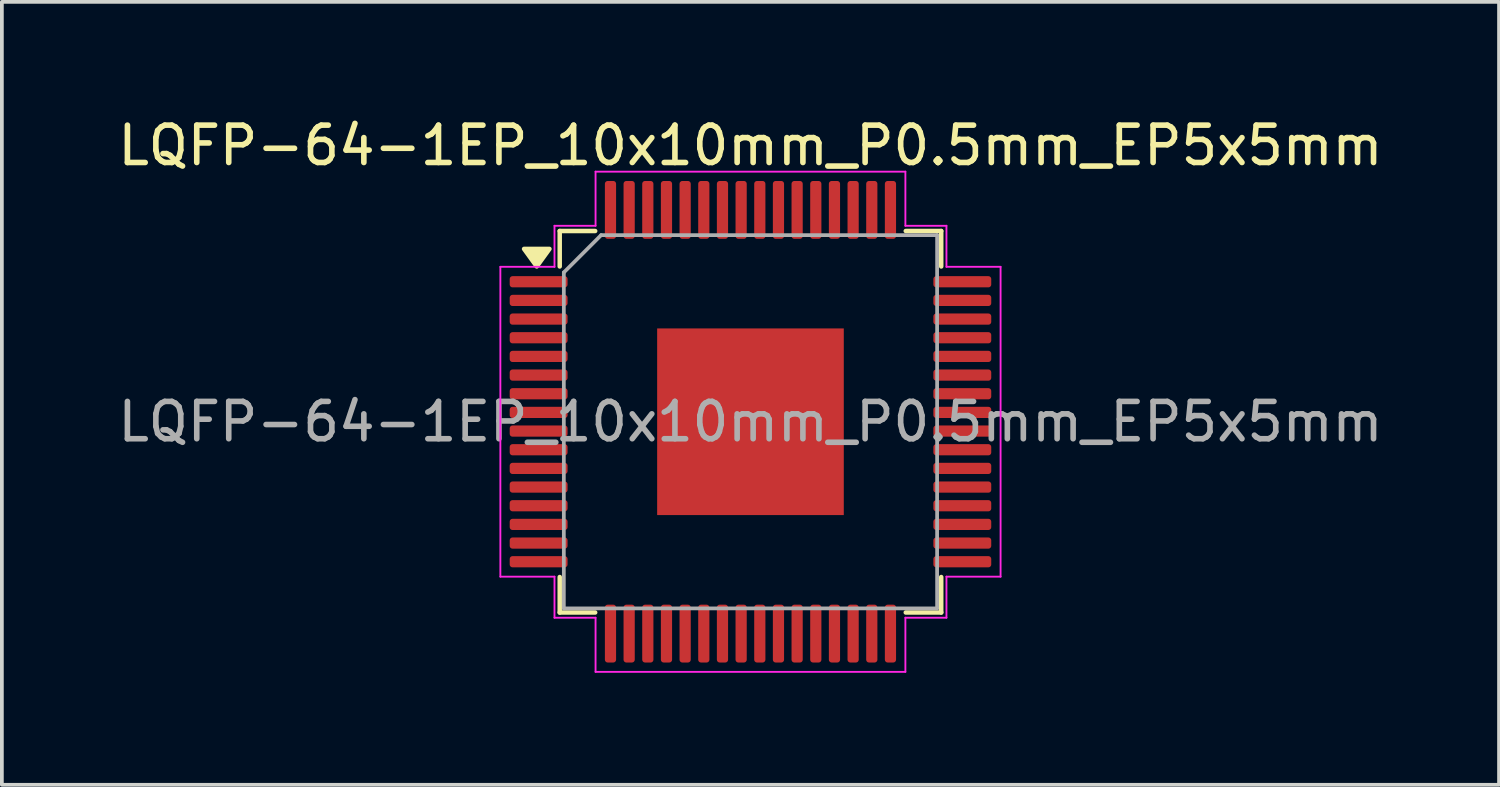
<source format=kicad_pcb>
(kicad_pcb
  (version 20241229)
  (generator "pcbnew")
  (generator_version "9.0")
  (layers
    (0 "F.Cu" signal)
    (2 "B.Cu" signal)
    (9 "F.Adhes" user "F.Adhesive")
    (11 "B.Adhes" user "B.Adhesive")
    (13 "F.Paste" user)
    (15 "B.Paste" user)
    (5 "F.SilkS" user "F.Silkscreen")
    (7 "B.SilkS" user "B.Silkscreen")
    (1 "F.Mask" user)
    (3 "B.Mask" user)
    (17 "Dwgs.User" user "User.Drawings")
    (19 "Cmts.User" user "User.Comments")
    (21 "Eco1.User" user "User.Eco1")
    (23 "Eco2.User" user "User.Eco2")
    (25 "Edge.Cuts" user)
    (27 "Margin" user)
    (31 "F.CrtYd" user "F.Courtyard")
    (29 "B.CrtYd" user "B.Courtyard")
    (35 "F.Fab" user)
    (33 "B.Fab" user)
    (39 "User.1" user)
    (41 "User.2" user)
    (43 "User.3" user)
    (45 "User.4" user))
  (footprint "LQFP-64-1EP_10x10mm_P0.5mm_EP5x5mm"
    (layer "F.Cu")
    (at 17.054 8.248)
    (property "Reference" "LQFP-64-1EP_10x10mm_P0.5mm_EP5x5mm" (at 0 -7.4 0) (layer "F.SilkS") (effects (font (size 1 1) (thickness 0.15))))
    (attr smd)
    (fp_line (start -5.11 -5.11) (end -5.11 -4.16) (stroke (width 0.12) (type solid)) (layer "F.SilkS"))
    (fp_line (start -5.11 5.11) (end -5.11 4.16) (stroke (width 0.12) (type solid)) (layer "F.SilkS"))
    (fp_line (start -4.16 -5.11) (end -5.11 -5.11) (stroke (width 0.12) (type solid)) (layer "F.SilkS"))
    (fp_line (start -4.16 5.11) (end -5.11 5.11) (stroke (width 0.12) (type solid)) (layer "F.SilkS"))
    (fp_line (start 4.16 -5.11) (end 5.11 -5.11) (stroke (width 0.12) (type solid)) (layer "F.SilkS"))
    (fp_line (start 4.16 5.11) (end 5.11 5.11) (stroke (width 0.12) (type solid)) (layer "F.SilkS"))
    (fp_line (start 5.11 -5.11) (end 5.11 -4.16) (stroke (width 0.12) (type solid)) (layer "F.SilkS"))
    (fp_line (start 5.11 5.11) (end 5.11 4.16) (stroke (width 0.12) (type solid)) (layer "F.SilkS"))
    (fp_poly (pts (xy -5.725 -4.16) (xy -6.065 -4.63) (xy -5.385 -4.63)) (stroke (width 0.12) (type solid)) (fill yes) (layer "F.SilkS"))
    (fp_line (start -6.7 -4.15) (end -5.25 -4.15) (stroke (width 0.05) (type solid)) (layer "F.CrtYd"))
    (fp_line (start -6.7 4.15) (end -6.7 -4.15) (stroke (width 0.05) (type solid)) (layer "F.CrtYd"))
    (fp_line (start -5.25 -5.25) (end -4.15 -5.25) (stroke (width 0.05) (type solid)) (layer "F.CrtYd"))
    (fp_line (start -5.25 -4.15) (end -5.25 -5.25) (stroke (width 0.05) (type solid)) (layer "F.CrtYd"))
    (fp_line (start -5.25 4.15) (end -6.7 4.15) (stroke (width 0.05) (type solid)) (layer "F.CrtYd"))
    (fp_line (start -5.25 5.25) (end -5.25 4.15) (stroke (width 0.05) (type solid)) (layer "F.CrtYd"))
    (fp_line (start -4.15 -6.7) (end 4.15 -6.7) (stroke (width 0.05) (type solid)) (layer "F.CrtYd"))
    (fp_line (start -4.15 -5.25) (end -4.15 -6.7) (stroke (width 0.05) (type solid)) (layer "F.CrtYd"))
    (fp_line (start -4.15 5.25) (end -5.25 5.25) (stroke (width 0.05) (type solid)) (layer "F.CrtYd"))
    (fp_line (start -4.15 6.7) (end -4.15 5.25) (stroke (width 0.05) (type solid)) (layer "F.CrtYd"))
    (fp_line (start 4.15 -6.7) (end 4.15 -5.25) (stroke (width 0.05) (type solid)) (layer "F.CrtYd"))
    (fp_line (start 4.15 -5.25) (end 5.25 -5.25) (stroke (width 0.05) (type solid)) (layer "F.CrtYd"))
    (fp_line (start 4.15 5.25) (end 4.15 6.7) (stroke (width 0.05) (type solid)) (layer "F.CrtYd"))
    (fp_line (start 4.15 6.7) (end -4.15 6.7) (stroke (width 0.05) (type solid)) (layer "F.CrtYd"))
    (fp_line (start 5.25 -5.25) (end 5.25 -4.15) (stroke (width 0.05) (type solid)) (layer "F.CrtYd"))
    (fp_line (start 5.25 -4.15) (end 6.7 -4.15) (stroke (width 0.05) (type solid)) (layer "F.CrtYd"))
    (fp_line (start 5.25 4.15) (end 5.25 5.25) (stroke (width 0.05) (type solid)) (layer "F.CrtYd"))
    (fp_line (start 5.25 5.25) (end 4.15 5.25) (stroke (width 0.05) (type solid)) (layer "F.CrtYd"))
    (fp_line (start 6.7 -4.15) (end 6.7 4.15) (stroke (width 0.05) (type solid)) (layer "F.CrtYd"))
    (fp_line (start 6.7 4.15) (end 5.25 4.15) (stroke (width 0.05) (type solid)) (layer "F.CrtYd"))
    (fp_line (start -5 -4) (end -4 -5) (stroke (width 0.1) (type solid)) (layer "F.Fab"))
    (fp_line (start -5 5) (end -5 -4) (stroke (width 0.1) (type solid)) (layer "F.Fab"))
    (fp_line (start -4 -5) (end 5 -5) (stroke (width 0.1) (type solid)) (layer "F.Fab"))
    (fp_line (start 5 -5) (end 5 5) (stroke (width 0.1) (type solid)) (layer "F.Fab"))
    (fp_line (start 5 5) (end -5 5) (stroke (width 0.1) (type solid)) (layer "F.Fab"))
    (fp_text user "${REFERENCE}" (at 0 0 0) (layer "F.Fab") (effects (font (size 1 1) (thickness 0.15))))
    (pad "" smd roundrect (at -2 -2) (size 0.81 0.81) (layers "F.Paste") (roundrect_rratio 0.25))
    (pad "" smd roundrect (at -2 -1) (size 0.81 0.81) (layers "F.Paste") (roundrect_rratio 0.25))
    (pad "" smd roundrect (at -2 0) (size 0.81 0.81) (layers "F.Paste") (roundrect_rratio 0.25))
    (pad "" smd roundrect (at -2 1) (size 0.81 0.81) (layers "F.Paste") (roundrect_rratio 0.25))
    (pad "" smd roundrect (at -2 2) (size 0.81 0.81) (layers "F.Paste") (roundrect_rratio 0.25))
    (pad "" smd roundrect (at -1 -2) (size 0.81 0.81) (layers "F.Paste") (roundrect_rratio 0.25))
    (pad "" smd roundrect (at -1 -1) (size 0.81 0.81) (layers "F.Paste") (roundrect_rratio 0.25))
    (pad "" smd roundrect (at -1 0) (size 0.81 0.81) (layers "F.Paste") (roundrect_rratio 0.25))
    (pad "" smd roundrect (at -1 1) (size 0.81 0.81) (layers "F.Paste") (roundrect_rratio 0.25))
    (pad "" smd roundrect (at -1 2) (size 0.81 0.81) (layers "F.Paste") (roundrect_rratio 0.25))
    (pad "" smd roundrect (at 0 -2) (size 0.81 0.81) (layers "F.Paste") (roundrect_rratio 0.25))
    (pad "" smd roundrect (at 0 -1) (size 0.81 0.81) (layers "F.Paste") (roundrect_rratio 0.25))
    (pad "" smd roundrect (at 0 0) (size 0.81 0.81) (layers "F.Paste") (roundrect_rratio 0.25))
    (pad "" smd roundrect (at 0 1) (size 0.81 0.81) (layers "F.Paste") (roundrect_rratio 0.25))
    (pad "" smd roundrect (at 0 2) (size 0.81 0.81) (layers "F.Paste") (roundrect_rratio 0.25))
    (pad "" smd roundrect (at 1 -2) (size 0.81 0.81) (layers "F.Paste") (roundrect_rratio 0.25))
    (pad "" smd roundrect (at 1 -1) (size 0.81 0.81) (layers "F.Paste") (roundrect_rratio 0.25))
    (pad "" smd roundrect (at 1 0) (size 0.81 0.81) (layers "F.Paste") (roundrect_rratio 0.25))
    (pad "" smd roundrect (at 1 1) (size 0.81 0.81) (layers "F.Paste") (roundrect_rratio 0.25))
    (pad "" smd roundrect (at 1 2) (size 0.81 0.81) (layers "F.Paste") (roundrect_rratio 0.25))
    (pad "" smd roundrect (at 2 -2) (size 0.81 0.81) (layers "F.Paste") (roundrect_rratio 0.25))
    (pad "" smd roundrect (at 2 -1) (size 0.81 0.81) (layers "F.Paste") (roundrect_rratio 0.25))
    (pad "" smd roundrect (at 2 0) (size 0.81 0.81) (layers "F.Paste") (roundrect_rratio 0.25))
    (pad "" smd roundrect (at 2 1) (size 0.81 0.81) (layers "F.Paste") (roundrect_rratio 0.25))
    (pad "" smd roundrect (at 2 2) (size 0.81 0.81) (layers "F.Paste") (roundrect_rratio 0.25))
    (pad "1" smd roundrect (at -5.675 -3.75) (size 1.55 0.3) (layers "F.Cu" "F.Mask" "F.Paste") (roundrect_rratio 0.25))
    (pad "2" smd roundrect (at -5.675 -3.25) (size 1.55 0.3) (layers "F.Cu" "F.Mask" "F.Paste") (roundrect_rratio 0.25))
    (pad "3" smd roundrect (at -5.675 -2.75) (size 1.55 0.3) (layers "F.Cu" "F.Mask" "F.Paste") (roundrect_rratio 0.25))
    (pad "4" smd roundrect (at -5.675 -2.25) (size 1.55 0.3) (layers "F.Cu" "F.Mask" "F.Paste") (roundrect_rratio 0.25))
    (pad "5" smd roundrect (at -5.675 -1.75) (size 1.55 0.3) (layers "F.Cu" "F.Mask" "F.Paste") (roundrect_rratio 0.25))
    (pad "6" smd roundrect (at -5.675 -1.25) (size 1.55 0.3) (layers "F.Cu" "F.Mask" "F.Paste") (roundrect_rratio 0.25))
    (pad "7" smd roundrect (at -5.675 -0.75) (size 1.55 0.3) (layers "F.Cu" "F.Mask" "F.Paste") (roundrect_rratio 0.25))
    (pad "8" smd roundrect (at -5.675 -0.25) (size 1.55 0.3) (layers "F.Cu" "F.Mask" "F.Paste") (roundrect_rratio 0.25))
    (pad "9" smd roundrect (at -5.675 0.25) (size 1.55 0.3) (layers "F.Cu" "F.Mask" "F.Paste") (roundrect_rratio 0.25))
    (pad "10" smd roundrect (at -5.675 0.75) (size 1.55 0.3) (layers "F.Cu" "F.Mask" "F.Paste") (roundrect_rratio 0.25))
    (pad "11" smd roundrect (at -5.675 1.25) (size 1.55 0.3) (layers "F.Cu" "F.Mask" "F.Paste") (roundrect_rratio 0.25))
    (pad "12" smd roundrect (at -5.675 1.75) (size 1.55 0.3) (layers "F.Cu" "F.Mask" "F.Paste") (roundrect_rratio 0.25))
    (pad "13" smd roundrect (at -5.675 2.25) (size 1.55 0.3) (layers "F.Cu" "F.Mask" "F.Paste") (roundrect_rratio 0.25))
    (pad "14" smd roundrect (at -5.675 2.75) (size 1.55 0.3) (layers "F.Cu" "F.Mask" "F.Paste") (roundrect_rratio 0.25))
    (pad "15" smd roundrect (at -5.675 3.25) (size 1.55 0.3) (layers "F.Cu" "F.Mask" "F.Paste") (roundrect_rratio 0.25))
    (pad "16" smd roundrect (at -5.675 3.75) (size 1.55 0.3) (layers "F.Cu" "F.Mask" "F.Paste") (roundrect_rratio 0.25))
    (pad "17" smd roundrect (at -3.75 5.675) (size 0.3 1.55) (layers "F.Cu" "F.Mask" "F.Paste") (roundrect_rratio 0.25))
    (pad "18" smd roundrect (at -3.25 5.675) (size 0.3 1.55) (layers "F.Cu" "F.Mask" "F.Paste") (roundrect_rratio 0.25))
    (pad "19" smd roundrect (at -2.75 5.675) (size 0.3 1.55) (layers "F.Cu" "F.Mask" "F.Paste") (roundrect_rratio 0.25))
    (pad "20" smd roundrect (at -2.25 5.675) (size 0.3 1.55) (layers "F.Cu" "F.Mask" "F.Paste") (roundrect_rratio 0.25))
    (pad "21" smd roundrect (at -1.75 5.675) (size 0.3 1.55) (layers "F.Cu" "F.Mask" "F.Paste") (roundrect_rratio 0.25))
    (pad "22" smd roundrect (at -1.25 5.675) (size 0.3 1.55) (layers "F.Cu" "F.Mask" "F.Paste") (roundrect_rratio 0.25))
    (pad "23" smd roundrect (at -0.75 5.675) (size 0.3 1.55) (layers "F.Cu" "F.Mask" "F.Paste") (roundrect_rratio 0.25))
    (pad "24" smd roundrect (at -0.25 5.675) (size 0.3 1.55) (layers "F.Cu" "F.Mask" "F.Paste") (roundrect_rratio 0.25))
    (pad "25" smd roundrect (at 0.25 5.675) (size 0.3 1.55) (layers "F.Cu" "F.Mask" "F.Paste") (roundrect_rratio 0.25))
    (pad "26" smd roundrect (at 0.75 5.675) (size 0.3 1.55) (layers "F.Cu" "F.Mask" "F.Paste") (roundrect_rratio 0.25))
    (pad "27" smd roundrect (at 1.25 5.675) (size 0.3 1.55) (layers "F.Cu" "F.Mask" "F.Paste") (roundrect_rratio 0.25))
    (pad "28" smd roundrect (at 1.75 5.675) (size 0.3 1.55) (layers "F.Cu" "F.Mask" "F.Paste") (roundrect_rratio 0.25))
    (pad "29" smd roundrect (at 2.25 5.675) (size 0.3 1.55) (layers "F.Cu" "F.Mask" "F.Paste") (roundrect_rratio 0.25))
    (pad "30" smd roundrect (at 2.75 5.675) (size 0.3 1.55) (layers "F.Cu" "F.Mask" "F.Paste") (roundrect_rratio 0.25))
    (pad "31" smd roundrect (at 3.25 5.675) (size 0.3 1.55) (layers "F.Cu" "F.Mask" "F.Paste") (roundrect_rratio 0.25))
    (pad "32" smd roundrect (at 3.75 5.675) (size 0.3 1.55) (layers "F.Cu" "F.Mask" "F.Paste") (roundrect_rratio 0.25))
    (pad "33" smd roundrect (at 5.675 3.75) (size 1.55 0.3) (layers "F.Cu" "F.Mask" "F.Paste") (roundrect_rratio 0.25))
    (pad "34" smd roundrect (at 5.675 3.25) (size 1.55 0.3) (layers "F.Cu" "F.Mask" "F.Paste") (roundrect_rratio 0.25))
    (pad "35" smd roundrect (at 5.675 2.75) (size 1.55 0.3) (layers "F.Cu" "F.Mask" "F.Paste") (roundrect_rratio 0.25))
    (pad "36" smd roundrect (at 5.675 2.25) (size 1.55 0.3) (layers "F.Cu" "F.Mask" "F.Paste") (roundrect_rratio 0.25))
    (pad "37" smd roundrect (at 5.675 1.75) (size 1.55 0.3) (layers "F.Cu" "F.Mask" "F.Paste") (roundrect_rratio 0.25))
    (pad "38" smd roundrect (at 5.675 1.25) (size 1.55 0.3) (layers "F.Cu" "F.Mask" "F.Paste") (roundrect_rratio 0.25))
    (pad "39" smd roundrect (at 5.675 0.75) (size 1.55 0.3) (layers "F.Cu" "F.Mask" "F.Paste") (roundrect_rratio 0.25))
    (pad "40" smd roundrect (at 5.675 0.25) (size 1.55 0.3) (layers "F.Cu" "F.Mask" "F.Paste") (roundrect_rratio 0.25))
    (pad "41" smd roundrect (at 5.675 -0.25) (size 1.55 0.3) (layers "F.Cu" "F.Mask" "F.Paste") (roundrect_rratio 0.25))
    (pad "42" smd roundrect (at 5.675 -0.75) (size 1.55 0.3) (layers "F.Cu" "F.Mask" "F.Paste") (roundrect_rratio 0.25))
    (pad "43" smd roundrect (at 5.675 -1.25) (size 1.55 0.3) (layers "F.Cu" "F.Mask" "F.Paste") (roundrect_rratio 0.25))
    (pad "44" smd roundrect (at 5.675 -1.75) (size 1.55 0.3) (layers "F.Cu" "F.Mask" "F.Paste") (roundrect_rratio 0.25))
    (pad "45" smd roundrect (at 5.675 -2.25) (size 1.55 0.3) (layers "F.Cu" "F.Mask" "F.Paste") (roundrect_rratio 0.25))
    (pad "46" smd roundrect (at 5.675 -2.75) (size 1.55 0.3) (layers "F.Cu" "F.Mask" "F.Paste") (roundrect_rratio 0.25))
    (pad "47" smd roundrect (at 5.675 -3.25) (size 1.55 0.3) (layers "F.Cu" "F.Mask" "F.Paste") (roundrect_rratio 0.25))
    (pad "48" smd roundrect (at 5.675 -3.75) (size 1.55 0.3) (layers "F.Cu" "F.Mask" "F.Paste") (roundrect_rratio 0.25))
    (pad "49" smd roundrect (at 3.75 -5.675) (size 0.3 1.55) (layers "F.Cu" "F.Mask" "F.Paste") (roundrect_rratio 0.25))
    (pad "50" smd roundrect (at 3.25 -5.675) (size 0.3 1.55) (layers "F.Cu" "F.Mask" "F.Paste") (roundrect_rratio 0.25))
    (pad "51" smd roundrect (at 2.75 -5.675) (size 0.3 1.55) (layers "F.Cu" "F.Mask" "F.Paste") (roundrect_rratio 0.25))
    (pad "52" smd roundrect (at 2.25 -5.675) (size 0.3 1.55) (layers "F.Cu" "F.Mask" "F.Paste") (roundrect_rratio 0.25))
    (pad "53" smd roundrect (at 1.75 -5.675) (size 0.3 1.55) (layers "F.Cu" "F.Mask" "F.Paste") (roundrect_rratio 0.25))
    (pad "54" smd roundrect (at 1.25 -5.675) (size 0.3 1.55) (layers "F.Cu" "F.Mask" "F.Paste") (roundrect_rratio 0.25))
    (pad "55" smd roundrect (at 0.75 -5.675) (size 0.3 1.55) (layers "F.Cu" "F.Mask" "F.Paste") (roundrect_rratio 0.25))
    (pad "56" smd roundrect (at 0.25 -5.675) (size 0.3 1.55) (layers "F.Cu" "F.Mask" "F.Paste") (roundrect_rratio 0.25))
    (pad "57" smd roundrect (at -0.25 -5.675) (size 0.3 1.55) (layers "F.Cu" "F.Mask" "F.Paste") (roundrect_rratio 0.25))
    (pad "58" smd roundrect (at -0.75 -5.675) (size 0.3 1.55) (layers "F.Cu" "F.Mask" "F.Paste") (roundrect_rratio 0.25))
    (pad "59" smd roundrect (at -1.25 -5.675) (size 0.3 1.55) (layers "F.Cu" "F.Mask" "F.Paste") (roundrect_rratio 0.25))
    (pad "60" smd roundrect (at -1.75 -5.675) (size 0.3 1.55) (layers "F.Cu" "F.Mask" "F.Paste") (roundrect_rratio 0.25))
    (pad "61" smd roundrect (at -2.25 -5.675) (size 0.3 1.55) (layers "F.Cu" "F.Mask" "F.Paste") (roundrect_rratio 0.25))
    (pad "62" smd roundrect (at -2.75 -5.675) (size 0.3 1.55) (layers "F.Cu" "F.Mask" "F.Paste") (roundrect_rratio 0.25))
    (pad "63" smd roundrect (at -3.25 -5.675) (size 0.3 1.55) (layers "F.Cu" "F.Mask" "F.Paste") (roundrect_rratio 0.25))
    (pad "64" smd roundrect (at -3.75 -5.675) (size 0.3 1.55) (layers "F.Cu" "F.Mask" "F.Paste") (roundrect_rratio 0.25))
    (pad "65" smd rect (at 0 0) (size 5 5) (property pad_prop_heatsink) (layers "F.Cu" "F.Mask")))
  (gr_rect
    (start -3 -3)
    (end 37.107 17.973)
    (stroke (width 0.1) (type default))
    (fill no)
    (layer "Edge.Cuts")))
</source>
